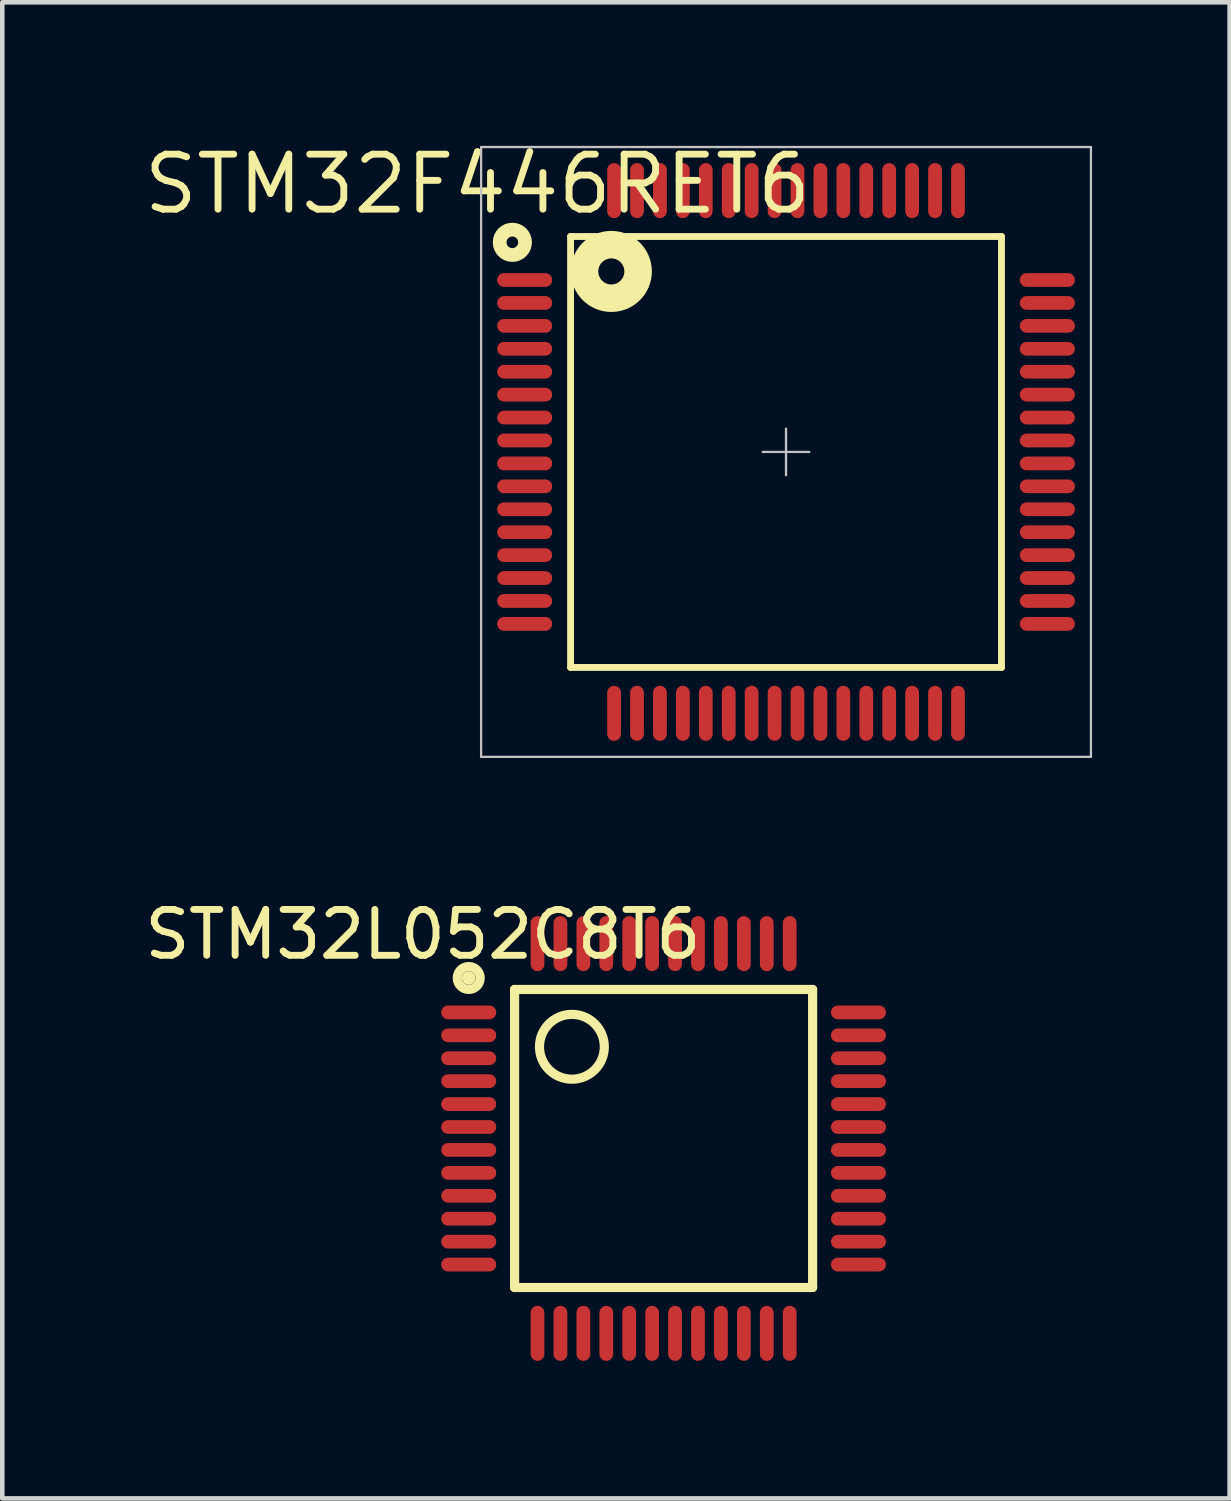
<source format=kicad_pcb>
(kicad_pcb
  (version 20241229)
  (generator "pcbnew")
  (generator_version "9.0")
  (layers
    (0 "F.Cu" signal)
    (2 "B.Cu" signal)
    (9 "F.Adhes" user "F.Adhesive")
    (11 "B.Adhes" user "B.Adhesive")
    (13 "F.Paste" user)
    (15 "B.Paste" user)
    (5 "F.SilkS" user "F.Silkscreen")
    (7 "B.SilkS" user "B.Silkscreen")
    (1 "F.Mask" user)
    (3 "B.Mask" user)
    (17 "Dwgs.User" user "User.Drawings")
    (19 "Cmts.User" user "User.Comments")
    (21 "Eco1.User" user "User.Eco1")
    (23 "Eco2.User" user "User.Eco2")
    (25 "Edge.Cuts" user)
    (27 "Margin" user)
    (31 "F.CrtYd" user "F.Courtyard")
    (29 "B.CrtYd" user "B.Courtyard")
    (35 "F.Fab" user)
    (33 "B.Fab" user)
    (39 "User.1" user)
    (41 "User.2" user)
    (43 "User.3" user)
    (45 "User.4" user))
  (footprint "STM32F446RET6"
    (layer "F.Cu")
    (at 14.093 6.807)
    (property "Reference" "STM32F446RET6" (at -6.731 -5.842 0) (layer "F.SilkS") (effects (font (size 1.2 1.2) (thickness 0.15))))
    (attr through_hole)
    (fp_line (start -4.699 -4.699) (end 4.699 -4.699) (stroke (width 0.15) (type solid)) (layer "F.SilkS"))
    (fp_line (start -4.699 4.699) (end -4.699 -4.699) (stroke (width 0.15) (type solid)) (layer "F.SilkS"))
    (fp_line (start 4.699 -4.699) (end 4.699 4.699) (stroke (width 0.15) (type solid)) (layer "F.SilkS"))
    (fp_line (start 4.699 4.699) (end -4.699 4.699) (stroke (width 0.15) (type solid)) (layer "F.SilkS"))
    (fp_circle (center -5.969 -4.572) (end -5.842 -4.572) (stroke (width 0.3) (type solid)) (fill no) (layer "F.SilkS"))
    (fp_circle (center -3.81 -3.937) (end -3.683 -3.683) (stroke (width 0.6) (type solid)) (fill no) (layer "F.SilkS"))
    (fp_line (start -6.65 -6.65) (end 6.65 -6.65) (stroke (width 0.05) (type solid)) (layer "Dwgs.User"))
    (fp_line (start -6.65 6.65) (end -6.65 -6.65) (stroke (width 0.05) (type solid)) (layer "Dwgs.User"))
    (fp_line (start 0 -0.508) (end 0 0.508) (stroke (width 0.05) (type solid)) (layer "Dwgs.User"))
    (fp_line (start 0.508 0) (end -0.508 0) (stroke (width 0.05) (type solid)) (layer "Dwgs.User"))
    (fp_line (start 6.65 -6.65) (end 6.65 6.65) (stroke (width 0.05) (type solid)) (layer "Dwgs.User"))
    (fp_line (start 6.65 6.65) (end -6.65 6.65) (stroke (width 0.05) (type solid)) (layer "Dwgs.User"))
    (pad "1" smd oval (at -5.7 -3.75 90) (size 0.3 1.2) (layers "F.Cu" "F.Mask" "F.Paste"))
    (pad "2" smd oval (at -5.7 -3.25 90) (size 0.3 1.2) (layers "F.Cu" "F.Mask" "F.Paste"))
    (pad "3" smd oval (at -5.7 -2.75 90) (size 0.3 1.2) (layers "F.Cu" "F.Mask" "F.Paste"))
    (pad "4" smd oval (at -5.7 -2.25 90) (size 0.3 1.2) (layers "F.Cu" "F.Mask" "F.Paste"))
    (pad "5" smd oval (at -5.7 -1.75 90) (size 0.3 1.2) (layers "F.Cu" "F.Mask" "F.Paste"))
    (pad "6" smd oval (at -5.7 -1.25 90) (size 0.3 1.2) (layers "F.Cu" "F.Mask" "F.Paste"))
    (pad "7" smd oval (at -5.7 -0.75 90) (size 0.3 1.2) (layers "F.Cu" "F.Mask" "F.Paste"))
    (pad "8" smd oval (at -5.7 -0.25 90) (size 0.3 1.2) (layers "F.Cu" "F.Mask" "F.Paste"))
    (pad "9" smd oval (at -5.7 0.25 90) (size 0.3 1.2) (layers "F.Cu" "F.Mask" "F.Paste"))
    (pad "10" smd oval (at -5.7 0.75 90) (size 0.3 1.2) (layers "F.Cu" "F.Mask" "F.Paste"))
    (pad "11" smd oval (at -5.7 1.25 90) (size 0.3 1.2) (layers "F.Cu" "F.Mask" "F.Paste"))
    (pad "12" smd oval (at -5.7 1.75 90) (size 0.3 1.2) (layers "F.Cu" "F.Mask" "F.Paste"))
    (pad "13" smd oval (at -5.7 2.25 90) (size 0.3 1.2) (layers "F.Cu" "F.Mask" "F.Paste"))
    (pad "14" smd oval (at -5.7 2.75 90) (size 0.3 1.2) (layers "F.Cu" "F.Mask" "F.Paste"))
    (pad "15" smd oval (at -5.7 3.25 90) (size 0.3 1.2) (layers "F.Cu" "F.Mask" "F.Paste"))
    (pad "16" smd oval (at -5.7 3.75 90) (size 0.3 1.2) (layers "F.Cu" "F.Mask" "F.Paste"))
    (pad "17" smd oval (at -3.75 5.7) (size 0.3 1.2) (layers "F.Cu" "F.Mask" "F.Paste"))
    (pad "18" smd oval (at -3.25 5.7) (size 0.3 1.2) (layers "F.Cu" "F.Mask" "F.Paste"))
    (pad "19" smd oval (at -2.75 5.7) (size 0.3 1.2) (layers "F.Cu" "F.Mask" "F.Paste"))
    (pad "20" smd oval (at -2.25 5.7) (size 0.3 1.2) (layers "F.Cu" "F.Mask" "F.Paste"))
    (pad "21" smd oval (at -1.75 5.7) (size 0.3 1.2) (layers "F.Cu" "F.Mask" "F.Paste"))
    (pad "22" smd oval (at -1.25 5.7) (size 0.3 1.2) (layers "F.Cu" "F.Mask" "F.Paste"))
    (pad "23" smd oval (at -0.75 5.7) (size 0.3 1.2) (layers "F.Cu" "F.Mask" "F.Paste"))
    (pad "24" smd oval (at -0.25 5.7) (size 0.3 1.2) (layers "F.Cu" "F.Mask" "F.Paste"))
    (pad "25" smd oval (at 0.25 5.7) (size 0.3 1.2) (layers "F.Cu" "F.Mask" "F.Paste"))
    (pad "26" smd oval (at 0.75 5.7) (size 0.3 1.2) (layers "F.Cu" "F.Mask" "F.Paste"))
    (pad "27" smd oval (at 1.25 5.7) (size 0.3 1.2) (layers "F.Cu" "F.Mask" "F.Paste"))
    (pad "28" smd oval (at 1.75 5.7) (size 0.3 1.2) (layers "F.Cu" "F.Mask" "F.Paste"))
    (pad "29" smd oval (at 2.25 5.7) (size 0.3 1.2) (layers "F.Cu" "F.Mask" "F.Paste"))
    (pad "30" smd oval (at 2.75 5.7) (size 0.3 1.2) (layers "F.Cu" "F.Mask" "F.Paste"))
    (pad "31" smd oval (at 3.25 5.7) (size 0.3 1.2) (layers "F.Cu" "F.Mask" "F.Paste"))
    (pad "32" smd oval (at 3.75 5.7) (size 0.3 1.2) (layers "F.Cu" "F.Mask" "F.Paste"))
    (pad "33" smd oval (at 5.7 3.75 90) (size 0.3 1.2) (layers "F.Cu" "F.Mask" "F.Paste"))
    (pad "34" smd oval (at 5.7 3.25 90) (size 0.3 1.2) (layers "F.Cu" "F.Mask" "F.Paste"))
    (pad "35" smd oval (at 5.7 2.75 90) (size 0.3 1.2) (layers "F.Cu" "F.Mask" "F.Paste"))
    (pad "36" smd oval (at 5.7 2.25 90) (size 0.3 1.2) (layers "F.Cu" "F.Mask" "F.Paste"))
    (pad "37" smd oval (at 5.7 1.75 90) (size 0.3 1.2) (layers "F.Cu" "F.Mask" "F.Paste"))
    (pad "38" smd oval (at 5.7 1.25 90) (size 0.3 1.2) (layers "F.Cu" "F.Mask" "F.Paste"))
    (pad "39" smd oval (at 5.7 0.75 90) (size 0.3 1.2) (layers "F.Cu" "F.Mask" "F.Paste"))
    (pad "40" smd oval (at 5.7 0.25 90) (size 0.3 1.2) (layers "F.Cu" "F.Mask" "F.Paste"))
    (pad "41" smd oval (at 5.7 -0.25 90) (size 0.3 1.2) (layers "F.Cu" "F.Mask" "F.Paste"))
    (pad "42" smd oval (at 5.7 -0.75 90) (size 0.3 1.2) (layers "F.Cu" "F.Mask" "F.Paste"))
    (pad "43" smd oval (at 5.7 -1.25 90) (size 0.3 1.2) (layers "F.Cu" "F.Mask" "F.Paste"))
    (pad "44" smd oval (at 5.7 -1.75 90) (size 0.3 1.2) (layers "F.Cu" "F.Mask" "F.Paste"))
    (pad "45" smd oval (at 5.7 -2.25 90) (size 0.3 1.2) (layers "F.Cu" "F.Mask" "F.Paste"))
    (pad "46" smd oval (at 5.7 -2.75 90) (size 0.3 1.2) (layers "F.Cu" "F.Mask" "F.Paste"))
    (pad "47" smd oval (at 5.7 -3.25 90) (size 0.3 1.2) (layers "F.Cu" "F.Mask" "F.Paste"))
    (pad "48" smd oval (at 5.7 -3.75 90) (size 0.3 1.2) (layers "F.Cu" "F.Mask" "F.Paste"))
    (pad "49" smd oval (at 3.75 -5.7) (size 0.3 1.2) (layers "F.Cu" "F.Mask" "F.Paste"))
    (pad "50" smd oval (at 3.25 -5.7) (size 0.3 1.2) (layers "F.Cu" "F.Mask" "F.Paste"))
    (pad "51" smd oval (at 2.75 -5.7) (size 0.3 1.2) (layers "F.Cu" "F.Mask" "F.Paste"))
    (pad "52" smd oval (at 2.25 -5.7) (size 0.3 1.2) (layers "F.Cu" "F.Mask" "F.Paste"))
    (pad "53" smd oval (at 1.75 -5.7) (size 0.3 1.2) (layers "F.Cu" "F.Mask" "F.Paste"))
    (pad "54" smd oval (at 1.25 -5.7) (size 0.3 1.2) (layers "F.Cu" "F.Mask" "F.Paste"))
    (pad "55" smd oval (at 0.75 -5.7) (size 0.3 1.2) (layers "F.Cu" "F.Mask" "F.Paste"))
    (pad "56" smd oval (at 0.25 -5.7) (size 0.3 1.2) (layers "F.Cu" "F.Mask" "F.Paste"))
    (pad "57" smd oval (at -0.25 -5.7) (size 0.3 1.2) (layers "F.Cu" "F.Mask" "F.Paste"))
    (pad "58" smd oval (at -0.75 -5.7) (size 0.3 1.2) (layers "F.Cu" "F.Mask" "F.Paste"))
    (pad "59" smd oval (at -1.25 -5.7) (size 0.3 1.2) (layers "F.Cu" "F.Mask" "F.Paste"))
    (pad "60" smd oval (at -1.75 -5.7) (size 0.3 1.2) (layers "F.Cu" "F.Mask" "F.Paste"))
    (pad "61" smd oval (at -2.25 -5.7) (size 0.3 1.2) (layers "F.Cu" "F.Mask" "F.Paste"))
    (pad "62" smd oval (at -2.75 -5.7) (size 0.3 1.2) (layers "F.Cu" "F.Mask" "F.Paste"))
    (pad "63" smd oval (at -3.25 -5.7) (size 0.3 1.2) (layers "F.Cu" "F.Mask" "F.Paste"))
    (pad "64" smd oval (at -3.75 -5.7) (size 0.3 1.2) (layers "F.Cu" "F.Mask" "F.Paste")))
  (footprint "STM32L052C8T6"
    (layer "F.Cu")
    (at 11.423 21.78)
    (property "Reference" "STM32L052C8T6" (at -5.25 -4.45 0) (layer "F.SilkS") (effects (font (size 1 1) (thickness 0.15))))
    (attr through_hole)
    (fp_line (start -4.25 -3.5) (end -4.25 -3.5) (stroke (width 0.3) (type solid)) (layer "F.SilkS"))
    (fp_line (start -3.25 -3.25) (end -3.25 3.25) (stroke (width 0.2) (type solid)) (layer "F.SilkS"))
    (fp_line (start -3.25 3.25) (end 3.25 3.25) (stroke (width 0.2) (type solid)) (layer "F.SilkS"))
    (fp_line (start 3.25 -3.25) (end -3.25 -3.25) (stroke (width 0.2) (type solid)) (layer "F.SilkS"))
    (fp_line (start 3.25 3.25) (end 3.25 -3.25) (stroke (width 0.2) (type solid)) (layer "F.SilkS"))
    (fp_circle (center -4.25 -3.5) (end -4.25 -3.25) (stroke (width 0.2) (type solid)) (fill no) (layer "F.SilkS"))
    (fp_circle (center -2 -2) (end -1.5 -1.5) (stroke (width 0.2) (type solid)) (fill no) (layer "F.SilkS"))
    (pad "1" smd oval (at -4.25 -2.75) (size 1.2 0.3) (layers "F.Cu" "F.Mask" "F.Paste"))
    (pad "2" smd oval (at -4.25 -2.25) (size 1.2 0.3) (layers "F.Cu" "F.Mask" "F.Paste"))
    (pad "3" smd oval (at -4.25 -1.75) (size 1.2 0.3) (layers "F.Cu" "F.Mask" "F.Paste"))
    (pad "4" smd oval (at -4.25 -1.25) (size 1.2 0.3) (layers "F.Cu" "F.Mask" "F.Paste"))
    (pad "5" smd oval (at -4.25 -0.75) (size 1.2 0.3) (layers "F.Cu" "F.Mask" "F.Paste"))
    (pad "6" smd oval (at -4.25 -0.25) (size 1.2 0.3) (layers "F.Cu" "F.Mask" "F.Paste"))
    (pad "7" smd oval (at -4.25 0.25) (size 1.2 0.3) (layers "F.Cu" "F.Mask" "F.Paste"))
    (pad "8" smd oval (at -4.25 0.75) (size 1.2 0.3) (layers "F.Cu" "F.Mask" "F.Paste"))
    (pad "9" smd oval (at -4.25 1.25) (size 1.2 0.3) (layers "F.Cu" "F.Mask" "F.Paste"))
    (pad "10" smd oval (at -4.25 1.75) (size 1.2 0.3) (layers "F.Cu" "F.Mask" "F.Paste"))
    (pad "11" smd oval (at -4.25 2.25) (size 1.2 0.3) (layers "F.Cu" "F.Mask" "F.Paste"))
    (pad "12" smd oval (at -4.25 2.75) (size 1.2 0.3) (layers "F.Cu" "F.Mask" "F.Paste"))
    (pad "13" smd oval (at -2.75 4.25 90) (size 1.2 0.3) (layers "F.Cu" "F.Mask" "F.Paste"))
    (pad "14" smd oval (at -2.25 4.25 90) (size 1.2 0.3) (layers "F.Cu" "F.Mask" "F.Paste"))
    (pad "15" smd oval (at -1.75 4.25 90) (size 1.2 0.3) (layers "F.Cu" "F.Mask" "F.Paste"))
    (pad "16" smd oval (at -1.25 4.25 90) (size 1.2 0.3) (layers "F.Cu" "F.Mask" "F.Paste"))
    (pad "17" smd oval (at -0.75 4.25 90) (size 1.2 0.3) (layers "F.Cu" "F.Mask" "F.Paste"))
    (pad "18" smd oval (at -0.25 4.25 90) (size 1.2 0.3) (layers "F.Cu" "F.Mask" "F.Paste"))
    (pad "19" smd oval (at 0.25 4.25 90) (size 1.2 0.3) (layers "F.Cu" "F.Mask" "F.Paste"))
    (pad "20" smd oval (at 0.75 4.25 90) (size 1.2 0.3) (layers "F.Cu" "F.Mask" "F.Paste"))
    (pad "21" smd oval (at 1.25 4.25 90) (size 1.2 0.3) (layers "F.Cu" "F.Mask" "F.Paste"))
    (pad "22" smd oval (at 1.75 4.25 90) (size 1.2 0.3) (layers "F.Cu" "F.Mask" "F.Paste"))
    (pad "23" smd oval (at 2.25 4.25 90) (size 1.2 0.3) (layers "F.Cu" "F.Mask" "F.Paste"))
    (pad "24" smd oval (at 2.75 4.25 90) (size 1.2 0.3) (layers "F.Cu" "F.Mask" "F.Paste"))
    (pad "25" smd oval (at 4.25 2.75) (size 1.2 0.3) (layers "F.Cu" "F.Mask" "F.Paste"))
    (pad "26" smd oval (at 4.25 2.25) (size 1.2 0.3) (layers "F.Cu" "F.Mask" "F.Paste"))
    (pad "27" smd oval (at 4.25 1.75) (size 1.2 0.3) (layers "F.Cu" "F.Mask" "F.Paste"))
    (pad "28" smd oval (at 4.25 1.25) (size 1.2 0.3) (layers "F.Cu" "F.Mask" "F.Paste"))
    (pad "29" smd oval (at 4.25 0.75) (size 1.2 0.3) (layers "F.Cu" "F.Mask" "F.Paste"))
    (pad "30" smd oval (at 4.25 0.25) (size 1.2 0.3) (layers "F.Cu" "F.Mask" "F.Paste"))
    (pad "31" smd oval (at 4.25 -0.25) (size 1.2 0.3) (layers "F.Cu" "F.Mask" "F.Paste"))
    (pad "32" smd oval (at 4.25 -0.75) (size 1.2 0.3) (layers "F.Cu" "F.Mask" "F.Paste"))
    (pad "33" smd oval (at 4.25 -1.25) (size 1.2 0.3) (layers "F.Cu" "F.Mask" "F.Paste"))
    (pad "34" smd oval (at 4.25 -1.75) (size 1.2 0.3) (layers "F.Cu" "F.Mask" "F.Paste"))
    (pad "35" smd oval (at 4.25 -2.25) (size 1.2 0.3) (layers "F.Cu" "F.Mask" "F.Paste"))
    (pad "36" smd oval (at 4.25 -2.75) (size 1.2 0.3) (layers "F.Cu" "F.Mask" "F.Paste"))
    (pad "37" smd oval (at 2.75 -4.25 90) (size 1.2 0.3) (layers "F.Cu" "F.Mask" "F.Paste"))
    (pad "38" smd oval (at 2.25 -4.25 90) (size 1.2 0.3) (layers "F.Cu" "F.Mask" "F.Paste"))
    (pad "39" smd oval (at 1.75 -4.25 90) (size 1.2 0.3) (layers "F.Cu" "F.Mask" "F.Paste"))
    (pad "40" smd oval (at 1.25 -4.25 90) (size 1.2 0.3) (layers "F.Cu" "F.Mask" "F.Paste"))
    (pad "41" smd oval (at 0.75 -4.25 90) (size 1.2 0.3) (layers "F.Cu" "F.Mask" "F.Paste"))
    (pad "42" smd oval (at 0.25 -4.25 90) (size 1.2 0.3) (layers "F.Cu" "F.Mask" "F.Paste"))
    (pad "43" smd oval (at -0.25 -4.25 90) (size 1.2 0.3) (layers "F.Cu" "F.Mask" "F.Paste"))
    (pad "44" smd oval (at -0.75 -4.25 90) (size 1.2 0.3) (layers "F.Cu" "F.Mask" "F.Paste"))
    (pad "45" smd oval (at -1.25 -4.25 90) (size 1.2 0.3) (layers "F.Cu" "F.Mask" "F.Paste"))
    (pad "46" smd oval (at -1.75 -4.25 90) (size 1.2 0.3) (layers "F.Cu" "F.Mask" "F.Paste"))
    (pad "47" smd oval (at -2.25 -4.25 90) (size 1.2 0.3) (layers "F.Cu" "F.Mask" "F.Paste"))
    (pad "48" smd oval (at -2.75 -4.25 90) (size 1.2 0.3) (layers "F.Cu" "F.Mask" "F.Paste")))
  (gr_rect
    (start -3 -3)
    (end 23.768 29.631)
    (stroke (width 0.1) (type default))
    (fill no)
    (layer "Edge.Cuts")))
</source>
